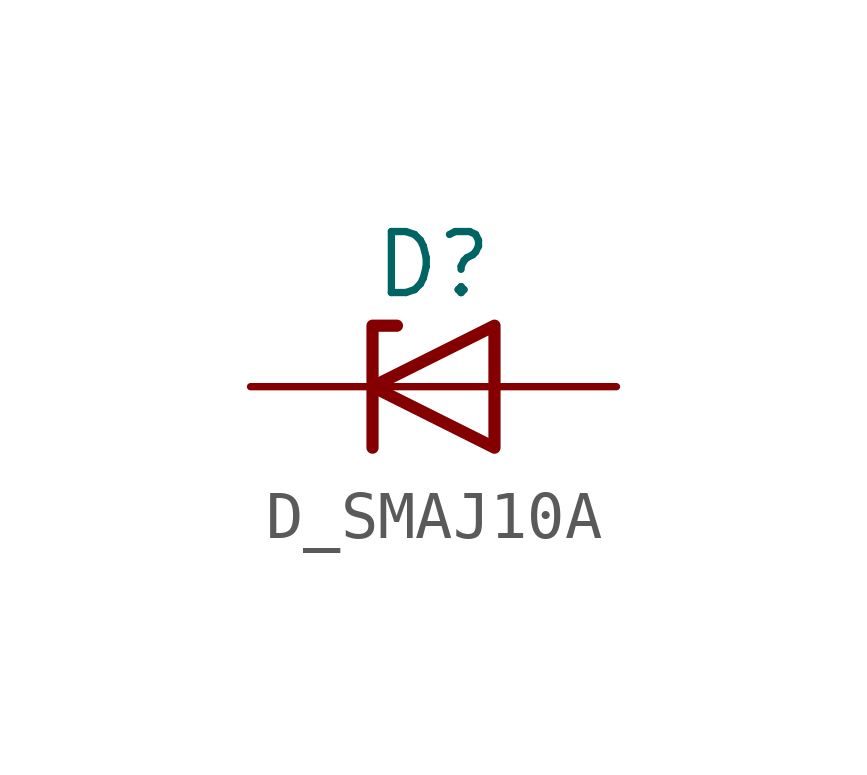
<source format=kicad_sym>
(kicad_symbol_lib
  (version 20220914)
  (generator kicad_symbol_editor)
  (symbol "D_SMAJ10A"
    (pin_numbers hide)
    (pin_names
      (offset 1.016) hide)
    (property "Reference" "D"
      (at 0 2.54 0)
      (effects (font (size 1.27 1.27))))
    (symbol "D_SMAJ10A_0_1"
      (polyline (pts (xy 1.27 0) (xy -1.27 0)) (stroke (width 0) (type default)) (fill (type none)))
      (polyline (pts (xy -1.27 -1.27) (xy -1.27 1.27) (xy -0.762 1.27)) (stroke (width 0.254) (type default)) (fill (type none)))
      (polyline (pts (xy 1.27 -1.27) (xy 1.27 1.27) (xy -1.27 0) (xy 1.27 -1.27)) (stroke (width 0.254) (type default)) (fill (type none))))
    (symbol "D_SMAJ10A_1_1"
      (pin passive line (at -3.81 0 0) (length 2.54) (name "K" (effects (font (size 1.27 1.27)))) (number "1" (effects (font (size 1.27 1.27)))))
      (pin passive line (at 3.81 0 180) (length 2.54) (name "A" (effects (font (size 1.27 1.27)))) (number "2" (effects (font (size 1.27 1.27))))))))
</source>
